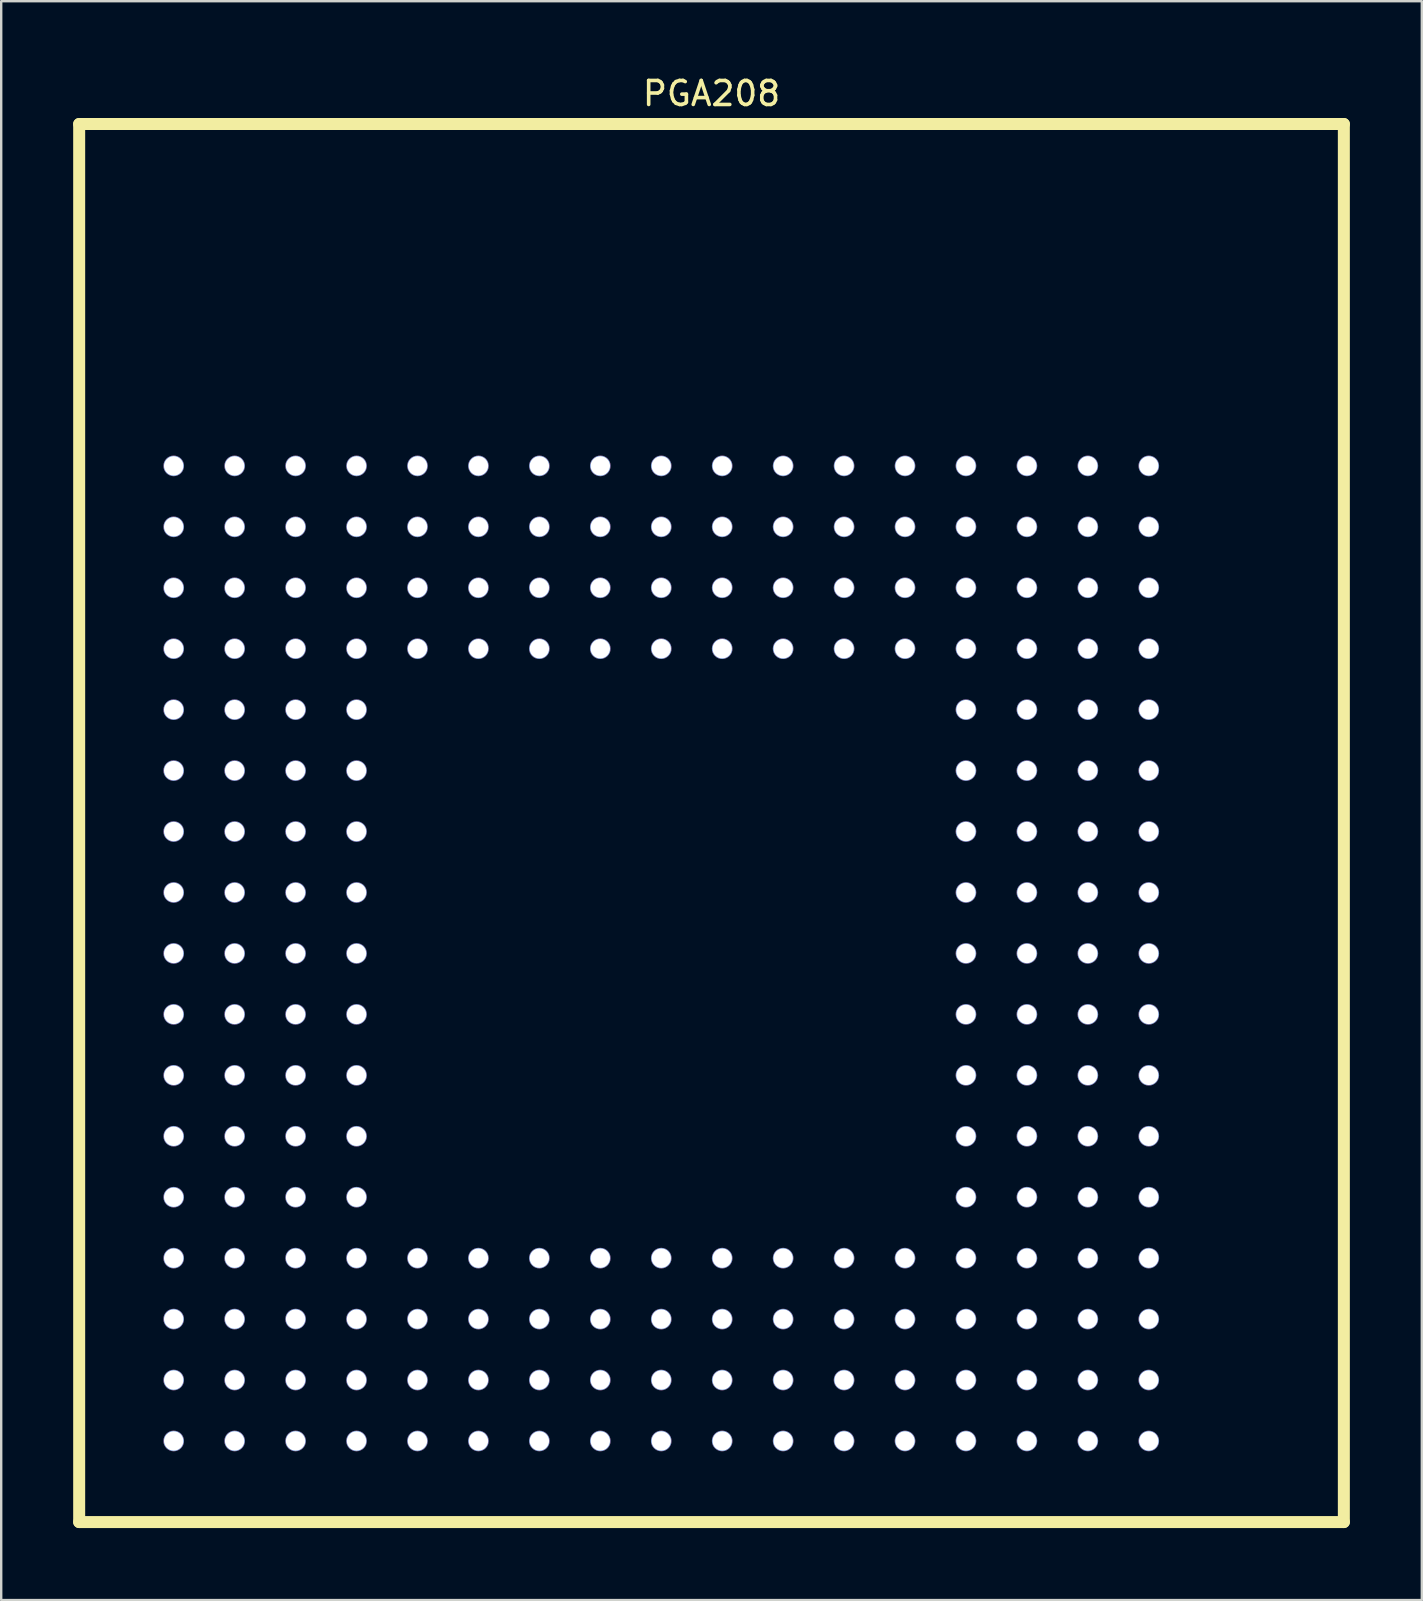
<source format=kicad_pcb>
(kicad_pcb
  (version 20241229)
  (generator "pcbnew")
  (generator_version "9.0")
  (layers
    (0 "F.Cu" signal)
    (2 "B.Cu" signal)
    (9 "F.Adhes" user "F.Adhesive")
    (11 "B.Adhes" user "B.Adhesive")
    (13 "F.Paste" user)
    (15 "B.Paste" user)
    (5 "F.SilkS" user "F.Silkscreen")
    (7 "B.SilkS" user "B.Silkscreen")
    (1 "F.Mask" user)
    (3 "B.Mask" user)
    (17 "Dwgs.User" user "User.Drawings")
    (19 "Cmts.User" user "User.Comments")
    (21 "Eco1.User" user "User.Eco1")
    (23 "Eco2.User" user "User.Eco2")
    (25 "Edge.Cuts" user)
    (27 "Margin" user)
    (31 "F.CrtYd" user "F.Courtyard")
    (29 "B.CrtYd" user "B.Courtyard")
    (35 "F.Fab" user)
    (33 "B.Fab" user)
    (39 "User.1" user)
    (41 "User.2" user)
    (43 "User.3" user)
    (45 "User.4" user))
  (footprint "PGA208"
    (layer "F.Cu")
    (at 0.25 60.388)
    (property "Reference" "PGA208" (at 26.355 -59.54 0) (layer "F.SilkS") (effects (font (size 1 1) (thickness 0.15))))
    (attr through_hole)
    (fp_line (start 0 -58.27) (end 0 0) (stroke (width 0.5) (type solid)) (layer "F.SilkS"))
    (fp_line (start 0 0) (end 52.71 0) (stroke (width 0.5) (type solid)) (layer "F.SilkS"))
    (fp_line (start 52.71 -58.27) (end 0 -58.27) (stroke (width 0.5) (type solid)) (layer "F.SilkS"))
    (fp_line (start 52.71 0) (end 52.71 -58.27) (stroke (width 0.5) (type solid)) (layer "F.SilkS"))
    (pad "A1" thru_hole circle (at 3.94 -3.38) (size 0.86 0.86) (drill 0.81) (layers "*.Cu" "*.Mask"))
    (pad "A2" thru_hole circle (at 6.48 -3.38) (size 0.86 0.86) (drill 0.81) (layers "*.Cu" "*.Mask"))
    (pad "A3" thru_hole circle (at 9.02 -3.38) (size 0.86 0.86) (drill 0.81) (layers "*.Cu" "*.Mask"))
    (pad "A4" thru_hole circle (at 11.56 -3.38) (size 0.86 0.86) (drill 0.81) (layers "*.Cu" "*.Mask"))
    (pad "A5" thru_hole circle (at 14.1 -3.38) (size 0.86 0.86) (drill 0.81) (layers "*.Cu" "*.Mask"))
    (pad "A6" thru_hole circle (at 16.64 -3.38) (size 0.86 0.86) (drill 0.81) (layers "*.Cu" "*.Mask"))
    (pad "A7" thru_hole circle (at 19.18 -3.38) (size 0.86 0.86) (drill 0.81) (layers "*.Cu" "*.Mask"))
    (pad "A8" thru_hole circle (at 21.72 -3.38) (size 0.86 0.86) (drill 0.81) (layers "*.Cu" "*.Mask"))
    (pad "A9" thru_hole circle (at 24.26 -3.38) (size 0.86 0.86) (drill 0.81) (layers "*.Cu" "*.Mask"))
    (pad "A10" thru_hole circle (at 26.8 -3.38) (size 0.86 0.86) (drill 0.81) (layers "*.Cu" "*.Mask"))
    (pad "A11" thru_hole circle (at 29.34 -3.38) (size 0.86 0.86) (drill 0.81) (layers "*.Cu" "*.Mask"))
    (pad "A12" thru_hole circle (at 31.88 -3.38) (size 0.86 0.86) (drill 0.81) (layers "*.Cu" "*.Mask"))
    (pad "A13" thru_hole circle (at 34.42 -3.38) (size 0.86 0.86) (drill 0.81) (layers "*.Cu" "*.Mask"))
    (pad "A14" thru_hole circle (at 36.96 -3.38) (size 0.86 0.86) (drill 0.81) (layers "*.Cu" "*.Mask"))
    (pad "A15" thru_hole circle (at 39.5 -3.38) (size 0.86 0.86) (drill 0.81) (layers "*.Cu" "*.Mask"))
    (pad "A16" thru_hole circle (at 42.04 -3.38) (size 0.86 0.86) (drill 0.81) (layers "*.Cu" "*.Mask"))
    (pad "A17" thru_hole circle (at 44.58 -3.38) (size 0.86 0.86) (drill 0.81) (layers "*.Cu" "*.Mask"))
    (pad "B1" thru_hole circle (at 3.94 -5.92) (size 0.86 0.86) (drill 0.81) (layers "*.Cu" "*.Mask"))
    (pad "B2" thru_hole circle (at 6.48 -5.92) (size 0.86 0.86) (drill 0.81) (layers "*.Cu" "*.Mask"))
    (pad "B3" thru_hole circle (at 9.02 -5.92) (size 0.86 0.86) (drill 0.81) (layers "*.Cu" "*.Mask"))
    (pad "B4" thru_hole circle (at 11.56 -5.92) (size 0.86 0.86) (drill 0.81) (layers "*.Cu" "*.Mask"))
    (pad "B5" thru_hole circle (at 14.1 -5.92) (size 0.86 0.86) (drill 0.81) (layers "*.Cu" "*.Mask"))
    (pad "B6" thru_hole circle (at 16.64 -5.92) (size 0.86 0.86) (drill 0.81) (layers "*.Cu" "*.Mask"))
    (pad "B7" thru_hole circle (at 19.18 -5.92) (size 0.86 0.86) (drill 0.81) (layers "*.Cu" "*.Mask"))
    (pad "B8" thru_hole circle (at 21.72 -5.92) (size 0.86 0.86) (drill 0.81) (layers "*.Cu" "*.Mask"))
    (pad "B9" thru_hole circle (at 24.26 -5.92) (size 0.86 0.86) (drill 0.81) (layers "*.Cu" "*.Mask"))
    (pad "B10" thru_hole circle (at 26.8 -5.92) (size 0.86 0.86) (drill 0.81) (layers "*.Cu" "*.Mask"))
    (pad "B11" thru_hole circle (at 29.34 -5.92) (size 0.86 0.86) (drill 0.81) (layers "*.Cu" "*.Mask"))
    (pad "B12" thru_hole circle (at 31.88 -5.92) (size 0.86 0.86) (drill 0.81) (layers "*.Cu" "*.Mask"))
    (pad "B13" thru_hole circle (at 34.42 -5.92) (size 0.86 0.86) (drill 0.81) (layers "*.Cu" "*.Mask"))
    (pad "B14" thru_hole circle (at 36.96 -5.92) (size 0.86 0.86) (drill 0.81) (layers "*.Cu" "*.Mask"))
    (pad "B15" thru_hole circle (at 39.5 -5.92) (size 0.86 0.86) (drill 0.81) (layers "*.Cu" "*.Mask"))
    (pad "B16" thru_hole circle (at 42.04 -5.92) (size 0.86 0.86) (drill 0.81) (layers "*.Cu" "*.Mask"))
    (pad "B17" thru_hole circle (at 44.58 -5.92) (size 0.86 0.86) (drill 0.81) (layers "*.Cu" "*.Mask"))
    (pad "C1" thru_hole circle (at 3.94 -8.46) (size 0.86 0.86) (drill 0.81) (layers "*.Cu" "*.Mask"))
    (pad "C2" thru_hole circle (at 6.48 -8.46) (size 0.86 0.86) (drill 0.81) (layers "*.Cu" "*.Mask"))
    (pad "C3" thru_hole circle (at 9.02 -8.46) (size 0.86 0.86) (drill 0.81) (layers "*.Cu" "*.Mask"))
    (pad "C4" thru_hole circle (at 11.56 -8.46) (size 0.86 0.86) (drill 0.81) (layers "*.Cu" "*.Mask"))
    (pad "C5" thru_hole circle (at 14.1 -8.46) (size 0.86 0.86) (drill 0.81) (layers "*.Cu" "*.Mask"))
    (pad "C6" thru_hole circle (at 16.64 -8.46) (size 0.86 0.86) (drill 0.81) (layers "*.Cu" "*.Mask"))
    (pad "C7" thru_hole circle (at 19.18 -8.46) (size 0.86 0.86) (drill 0.81) (layers "*.Cu" "*.Mask"))
    (pad "C8" thru_hole circle (at 21.72 -8.46) (size 0.86 0.86) (drill 0.81) (layers "*.Cu" "*.Mask"))
    (pad "C9" thru_hole circle (at 24.26 -8.46) (size 0.86 0.86) (drill 0.81) (layers "*.Cu" "*.Mask"))
    (pad "C10" thru_hole circle (at 26.8 -8.46) (size 0.86 0.86) (drill 0.81) (layers "*.Cu" "*.Mask"))
    (pad "C11" thru_hole circle (at 29.34 -8.46) (size 0.86 0.86) (drill 0.81) (layers "*.Cu" "*.Mask"))
    (pad "C12" thru_hole circle (at 31.88 -8.46) (size 0.86 0.86) (drill 0.81) (layers "*.Cu" "*.Mask"))
    (pad "C13" thru_hole circle (at 34.42 -8.46) (size 0.86 0.86) (drill 0.81) (layers "*.Cu" "*.Mask"))
    (pad "C14" thru_hole circle (at 36.96 -8.46) (size 0.86 0.86) (drill 0.81) (layers "*.Cu" "*.Mask"))
    (pad "C15" thru_hole circle (at 39.5 -8.46) (size 0.86 0.86) (drill 0.81) (layers "*.Cu" "*.Mask"))
    (pad "C16" thru_hole circle (at 42.04 -8.46) (size 0.86 0.86) (drill 0.81) (layers "*.Cu" "*.Mask"))
    (pad "C17" thru_hole circle (at 44.58 -8.46) (size 0.86 0.86) (drill 0.81) (layers "*.Cu" "*.Mask"))
    (pad "D1" thru_hole circle (at 3.94 -11) (size 0.86 0.86) (drill 0.81) (layers "*.Cu" "*.Mask"))
    (pad "D2" thru_hole circle (at 6.48 -11) (size 0.86 0.86) (drill 0.81) (layers "*.Cu" "*.Mask"))
    (pad "D3" thru_hole circle (at 9.02 -11) (size 0.86 0.86) (drill 0.81) (layers "*.Cu" "*.Mask"))
    (pad "D4" thru_hole circle (at 11.56 -11) (size 0.86 0.86) (drill 0.81) (layers "*.Cu" "*.Mask"))
    (pad "D5" thru_hole circle (at 14.1 -11) (size 0.86 0.86) (drill 0.81) (layers "*.Cu" "*.Mask"))
    (pad "D6" thru_hole circle (at 16.64 -11) (size 0.86 0.86) (drill 0.81) (layers "*.Cu" "*.Mask"))
    (pad "D7" thru_hole circle (at 19.18 -11) (size 0.86 0.86) (drill 0.81) (layers "*.Cu" "*.Mask"))
    (pad "D8" thru_hole circle (at 21.72 -11) (size 0.86 0.86) (drill 0.81) (layers "*.Cu" "*.Mask"))
    (pad "D9" thru_hole circle (at 24.26 -11) (size 0.86 0.86) (drill 0.81) (layers "*.Cu" "*.Mask"))
    (pad "D10" thru_hole circle (at 26.8 -11) (size 0.86 0.86) (drill 0.81) (layers "*.Cu" "*.Mask"))
    (pad "D11" thru_hole circle (at 29.34 -11) (size 0.86 0.86) (drill 0.81) (layers "*.Cu" "*.Mask"))
    (pad "D12" thru_hole circle (at 31.88 -11) (size 0.86 0.86) (drill 0.81) (layers "*.Cu" "*.Mask"))
    (pad "D13" thru_hole circle (at 34.42 -11) (size 0.86 0.86) (drill 0.81) (layers "*.Cu" "*.Mask"))
    (pad "D14" thru_hole circle (at 36.96 -11) (size 0.86 0.86) (drill 0.81) (layers "*.Cu" "*.Mask"))
    (pad "D15" thru_hole circle (at 39.5 -11) (size 0.86 0.86) (drill 0.81) (layers "*.Cu" "*.Mask"))
    (pad "D16" thru_hole circle (at 42.04 -11) (size 0.86 0.86) (drill 0.81) (layers "*.Cu" "*.Mask"))
    (pad "D17" thru_hole circle (at 44.58 -11) (size 0.86 0.86) (drill 0.81) (layers "*.Cu" "*.Mask"))
    (pad "E1" thru_hole circle (at 3.94 -13.54) (size 0.86 0.86) (drill 0.81) (layers "*.Cu" "*.Mask"))
    (pad "E2" thru_hole circle (at 6.48 -13.54) (size 0.86 0.86) (drill 0.81) (layers "*.Cu" "*.Mask"))
    (pad "E3" thru_hole circle (at 9.02 -13.54) (size 0.86 0.86) (drill 0.81) (layers "*.Cu" "*.Mask"))
    (pad "E4" thru_hole circle (at 11.56 -13.54) (size 0.86 0.86) (drill 0.81) (layers "*.Cu" "*.Mask"))
    (pad "E14" thru_hole circle (at 36.96 -13.54) (size 0.86 0.86) (drill 0.81) (layers "*.Cu" "*.Mask"))
    (pad "E15" thru_hole circle (at 39.5 -13.54) (size 0.86 0.86) (drill 0.81) (layers "*.Cu" "*.Mask"))
    (pad "E16" thru_hole circle (at 42.04 -13.54) (size 0.86 0.86) (drill 0.81) (layers "*.Cu" "*.Mask"))
    (pad "E17" thru_hole circle (at 44.58 -13.54) (size 0.86 0.86) (drill 0.81) (layers "*.Cu" "*.Mask"))
    (pad "F1" thru_hole circle (at 3.94 -16.08) (size 0.86 0.86) (drill 0.81) (layers "*.Cu" "*.Mask"))
    (pad "F2" thru_hole circle (at 6.48 -16.08) (size 0.86 0.86) (drill 0.81) (layers "*.Cu" "*.Mask"))
    (pad "F3" thru_hole circle (at 9.02 -16.08) (size 0.86 0.86) (drill 0.81) (layers "*.Cu" "*.Mask"))
    (pad "F4" thru_hole circle (at 11.56 -16.08) (size 0.86 0.86) (drill 0.81) (layers "*.Cu" "*.Mask"))
    (pad "F14" thru_hole circle (at 36.96 -16.08) (size 0.86 0.86) (drill 0.81) (layers "*.Cu" "*.Mask"))
    (pad "F15" thru_hole circle (at 39.5 -16.08) (size 0.86 0.86) (drill 0.81) (layers "*.Cu" "*.Mask"))
    (pad "F16" thru_hole circle (at 42.04 -16.08) (size 0.86 0.86) (drill 0.81) (layers "*.Cu" "*.Mask"))
    (pad "F17" thru_hole circle (at 44.58 -16.08) (size 0.86 0.86) (drill 0.81) (layers "*.Cu" "*.Mask"))
    (pad "G1" thru_hole circle (at 3.94 -18.62) (size 0.86 0.86) (drill 0.81) (layers "*.Cu" "*.Mask"))
    (pad "G2" thru_hole circle (at 6.48 -18.62) (size 0.86 0.86) (drill 0.81) (layers "*.Cu" "*.Mask"))
    (pad "G3" thru_hole circle (at 9.02 -18.62) (size 0.86 0.86) (drill 0.81) (layers "*.Cu" "*.Mask"))
    (pad "G4" thru_hole circle (at 11.56 -18.62) (size 0.86 0.86) (drill 0.81) (layers "*.Cu" "*.Mask"))
    (pad "G14" thru_hole circle (at 36.96 -18.62) (size 0.86 0.86) (drill 0.81) (layers "*.Cu" "*.Mask"))
    (pad "G15" thru_hole circle (at 39.5 -18.62) (size 0.86 0.86) (drill 0.81) (layers "*.Cu" "*.Mask"))
    (pad "G16" thru_hole circle (at 42.04 -18.62) (size 0.86 0.86) (drill 0.81) (layers "*.Cu" "*.Mask"))
    (pad "G17" thru_hole circle (at 44.58 -18.62) (size 0.86 0.86) (drill 0.81) (layers "*.Cu" "*.Mask"))
    (pad "H1" thru_hole circle (at 3.94 -21.16) (size 0.86 0.86) (drill 0.81) (layers "*.Cu" "*.Mask"))
    (pad "H2" thru_hole circle (at 6.48 -21.16) (size 0.86 0.86) (drill 0.81) (layers "*.Cu" "*.Mask"))
    (pad "H3" thru_hole circle (at 9.02 -21.16) (size 0.86 0.86) (drill 0.81) (layers "*.Cu" "*.Mask"))
    (pad "H4" thru_hole circle (at 11.56 -21.16) (size 0.86 0.86) (drill 0.81) (layers "*.Cu" "*.Mask"))
    (pad "H14" thru_hole circle (at 36.96 -21.16) (size 0.86 0.86) (drill 0.81) (layers "*.Cu" "*.Mask"))
    (pad "H15" thru_hole circle (at 39.5 -21.16) (size 0.86 0.86) (drill 0.81) (layers "*.Cu" "*.Mask"))
    (pad "H16" thru_hole circle (at 42.04 -21.16) (size 0.86 0.86) (drill 0.81) (layers "*.Cu" "*.Mask"))
    (pad "H17" thru_hole circle (at 44.58 -21.16) (size 0.86 0.86) (drill 0.81) (layers "*.Cu" "*.Mask"))
    (pad "J1" thru_hole circle (at 3.94 -23.7) (size 0.86 0.86) (drill 0.81) (layers "*.Cu" "*.Mask"))
    (pad "J2" thru_hole circle (at 6.48 -23.7) (size 0.86 0.86) (drill 0.81) (layers "*.Cu" "*.Mask"))
    (pad "J3" thru_hole circle (at 9.02 -23.7) (size 0.86 0.86) (drill 0.81) (layers "*.Cu" "*.Mask"))
    (pad "J4" thru_hole circle (at 11.56 -23.7) (size 0.86 0.86) (drill 0.81) (layers "*.Cu" "*.Mask"))
    (pad "J14" thru_hole circle (at 36.96 -23.7) (size 0.86 0.86) (drill 0.81) (layers "*.Cu" "*.Mask"))
    (pad "J15" thru_hole circle (at 39.5 -23.7) (size 0.86 0.86) (drill 0.81) (layers "*.Cu" "*.Mask"))
    (pad "J16" thru_hole circle (at 42.04 -23.7) (size 0.86 0.86) (drill 0.81) (layers "*.Cu" "*.Mask"))
    (pad "J17" thru_hole circle (at 44.58 -23.7) (size 0.86 0.86) (drill 0.81) (layers "*.Cu" "*.Mask"))
    (pad "K1" thru_hole circle (at 3.94 -26.24) (size 0.86 0.86) (drill 0.81) (layers "*.Cu" "*.Mask"))
    (pad "K2" thru_hole circle (at 6.48 -26.24) (size 0.86 0.86) (drill 0.81) (layers "*.Cu" "*.Mask"))
    (pad "K3" thru_hole circle (at 9.02 -26.24) (size 0.86 0.86) (drill 0.81) (layers "*.Cu" "*.Mask"))
    (pad "K4" thru_hole circle (at 11.56 -26.24) (size 0.86 0.86) (drill 0.81) (layers "*.Cu" "*.Mask"))
    (pad "K14" thru_hole circle (at 36.96 -26.24) (size 0.86 0.86) (drill 0.81) (layers "*.Cu" "*.Mask"))
    (pad "K15" thru_hole circle (at 39.5 -26.24) (size 0.86 0.86) (drill 0.81) (layers "*.Cu" "*.Mask"))
    (pad "K16" thru_hole circle (at 42.04 -26.24) (size 0.86 0.86) (drill 0.81) (layers "*.Cu" "*.Mask"))
    (pad "K17" thru_hole circle (at 44.58 -26.24) (size 0.86 0.86) (drill 0.81) (layers "*.Cu" "*.Mask"))
    (pad "L1" thru_hole circle (at 3.94 -28.78) (size 0.86 0.86) (drill 0.81) (layers "*.Cu" "*.Mask"))
    (pad "L2" thru_hole circle (at 6.48 -28.78) (size 0.86 0.86) (drill 0.81) (layers "*.Cu" "*.Mask"))
    (pad "L3" thru_hole circle (at 9.02 -28.78) (size 0.86 0.86) (drill 0.81) (layers "*.Cu" "*.Mask"))
    (pad "L4" thru_hole circle (at 11.56 -28.78) (size 0.86 0.86) (drill 0.81) (layers "*.Cu" "*.Mask"))
    (pad "L14" thru_hole circle (at 36.96 -28.78) (size 0.86 0.86) (drill 0.81) (layers "*.Cu" "*.Mask"))
    (pad "L15" thru_hole circle (at 39.5 -28.78) (size 0.86 0.86) (drill 0.81) (layers "*.Cu" "*.Mask"))
    (pad "L16" thru_hole circle (at 42.04 -28.78) (size 0.86 0.86) (drill 0.81) (layers "*.Cu" "*.Mask"))
    (pad "L17" thru_hole circle (at 44.58 -28.78) (size 0.86 0.86) (drill 0.81) (layers "*.Cu" "*.Mask"))
    (pad "M1" thru_hole circle (at 3.94 -31.32) (size 0.86 0.86) (drill 0.81) (layers "*.Cu" "*.Mask"))
    (pad "M2" thru_hole circle (at 6.48 -31.32) (size 0.86 0.86) (drill 0.81) (layers "*.Cu" "*.Mask"))
    (pad "M3" thru_hole circle (at 9.02 -31.32) (size 0.86 0.86) (drill 0.81) (layers "*.Cu" "*.Mask"))
    (pad "M4" thru_hole circle (at 11.56 -31.32) (size 0.86 0.86) (drill 0.81) (layers "*.Cu" "*.Mask"))
    (pad "M14" thru_hole circle (at 36.96 -31.32) (size 0.86 0.86) (drill 0.81) (layers "*.Cu" "*.Mask"))
    (pad "M15" thru_hole circle (at 39.5 -31.32) (size 0.86 0.86) (drill 0.81) (layers "*.Cu" "*.Mask"))
    (pad "M16" thru_hole circle (at 42.04 -31.32) (size 0.86 0.86) (drill 0.81) (layers "*.Cu" "*.Mask"))
    (pad "M17" thru_hole circle (at 44.58 -31.32) (size 0.86 0.86) (drill 0.81) (layers "*.Cu" "*.Mask"))
    (pad "N1" thru_hole circle (at 3.94 -33.86) (size 0.86 0.86) (drill 0.81) (layers "*.Cu" "*.Mask"))
    (pad "N2" thru_hole circle (at 6.48 -33.86) (size 0.86 0.86) (drill 0.81) (layers "*.Cu" "*.Mask"))
    (pad "N3" thru_hole circle (at 9.02 -33.86) (size 0.86 0.86) (drill 0.81) (layers "*.Cu" "*.Mask"))
    (pad "N4" thru_hole circle (at 11.56 -33.86) (size 0.86 0.86) (drill 0.81) (layers "*.Cu" "*.Mask"))
    (pad "N14" thru_hole circle (at 36.96 -33.86) (size 0.86 0.86) (drill 0.81) (layers "*.Cu" "*.Mask"))
    (pad "N15" thru_hole circle (at 39.5 -33.86) (size 0.86 0.86) (drill 0.81) (layers "*.Cu" "*.Mask"))
    (pad "N16" thru_hole circle (at 42.04 -33.86) (size 0.86 0.86) (drill 0.81) (layers "*.Cu" "*.Mask"))
    (pad "N17" thru_hole circle (at 44.58 -33.86) (size 0.86 0.86) (drill 0.81) (layers "*.Cu" "*.Mask"))
    (pad "P1" thru_hole circle (at 3.94 -36.4) (size 0.86 0.86) (drill 0.81) (layers "*.Cu" "*.Mask"))
    (pad "P2" thru_hole circle (at 6.48 -36.4) (size 0.86 0.86) (drill 0.81) (layers "*.Cu" "*.Mask"))
    (pad "P3" thru_hole circle (at 9.02 -36.4) (size 0.86 0.86) (drill 0.81) (layers "*.Cu" "*.Mask"))
    (pad "P4" thru_hole circle (at 11.56 -36.4) (size 0.86 0.86) (drill 0.81) (layers "*.Cu" "*.Mask"))
    (pad "P5" thru_hole circle (at 14.1 -36.4) (size 0.86 0.86) (drill 0.81) (layers "*.Cu" "*.Mask"))
    (pad "P6" thru_hole circle (at 16.64 -36.4) (size 0.86 0.86) (drill 0.81) (layers "*.Cu" "*.Mask"))
    (pad "P7" thru_hole circle (at 19.18 -36.4) (size 0.86 0.86) (drill 0.81) (layers "*.Cu" "*.Mask"))
    (pad "P8" thru_hole circle (at 21.72 -36.4) (size 0.86 0.86) (drill 0.81) (layers "*.Cu" "*.Mask"))
    (pad "P9" thru_hole circle (at 24.26 -36.4) (size 0.86 0.86) (drill 0.81) (layers "*.Cu" "*.Mask"))
    (pad "P10" thru_hole circle (at 26.8 -36.4) (size 0.86 0.86) (drill 0.81) (layers "*.Cu" "*.Mask"))
    (pad "P11" thru_hole circle (at 29.34 -36.4) (size 0.86 0.86) (drill 0.81) (layers "*.Cu" "*.Mask"))
    (pad "P12" thru_hole circle (at 31.88 -36.4) (size 0.86 0.86) (drill 0.81) (layers "*.Cu" "*.Mask"))
    (pad "P13" thru_hole circle (at 34.42 -36.4) (size 0.86 0.86) (drill 0.81) (layers "*.Cu" "*.Mask"))
    (pad "P14" thru_hole circle (at 36.96 -36.4) (size 0.86 0.86) (drill 0.81) (layers "*.Cu" "*.Mask"))
    (pad "P15" thru_hole circle (at 39.5 -36.4) (size 0.86 0.86) (drill 0.81) (layers "*.Cu" "*.Mask"))
    (pad "P16" thru_hole circle (at 42.04 -36.4) (size 0.86 0.86) (drill 0.81) (layers "*.Cu" "*.Mask"))
    (pad "P17" thru_hole circle (at 44.58 -36.4) (size 0.86 0.86) (drill 0.81) (layers "*.Cu" "*.Mask"))
    (pad "R1" thru_hole circle (at 3.94 -38.94) (size 0.86 0.86) (drill 0.81) (layers "*.Cu" "*.Mask"))
    (pad "R2" thru_hole circle (at 6.48 -38.94) (size 0.86 0.86) (drill 0.81) (layers "*.Cu" "*.Mask"))
    (pad "R3" thru_hole circle (at 9.02 -38.94) (size 0.86 0.86) (drill 0.81) (layers "*.Cu" "*.Mask"))
    (pad "R4" thru_hole circle (at 11.56 -38.94) (size 0.86 0.86) (drill 0.81) (layers "*.Cu" "*.Mask"))
    (pad "R5" thru_hole circle (at 14.1 -38.94) (size 0.86 0.86) (drill 0.81) (layers "*.Cu" "*.Mask"))
    (pad "R6" thru_hole circle (at 16.64 -38.94) (size 0.86 0.86) (drill 0.81) (layers "*.Cu" "*.Mask"))
    (pad "R7" thru_hole circle (at 19.18 -38.94) (size 0.86 0.86) (drill 0.81) (layers "*.Cu" "*.Mask"))
    (pad "R8" thru_hole circle (at 21.72 -38.94) (size 0.86 0.86) (drill 0.81) (layers "*.Cu" "*.Mask"))
    (pad "R9" thru_hole circle (at 24.26 -38.94) (size 0.86 0.86) (drill 0.81) (layers "*.Cu" "*.Mask"))
    (pad "R10" thru_hole circle (at 26.8 -38.94) (size 0.86 0.86) (drill 0.81) (layers "*.Cu" "*.Mask"))
    (pad "R11" thru_hole circle (at 29.34 -38.94) (size 0.86 0.86) (drill 0.81) (layers "*.Cu" "*.Mask"))
    (pad "R12" thru_hole circle (at 31.88 -38.94) (size 0.86 0.86) (drill 0.81) (layers "*.Cu" "*.Mask"))
    (pad "R13" thru_hole circle (at 34.42 -38.94) (size 0.86 0.86) (drill 0.81) (layers "*.Cu" "*.Mask"))
    (pad "R14" thru_hole circle (at 36.96 -38.94) (size 0.86 0.86) (drill 0.81) (layers "*.Cu" "*.Mask"))
    (pad "R15" thru_hole circle (at 39.5 -38.94) (size 0.86 0.86) (drill 0.81) (layers "*.Cu" "*.Mask"))
    (pad "R16" thru_hole circle (at 42.04 -38.94) (size 0.86 0.86) (drill 0.81) (layers "*.Cu" "*.Mask"))
    (pad "R17" thru_hole circle (at 44.58 -38.94) (size 0.86 0.86) (drill 0.81) (layers "*.Cu" "*.Mask"))
    (pad "T1" thru_hole circle (at 3.94 -41.48) (size 0.86 0.86) (drill 0.81) (layers "*.Cu" "*.Mask"))
    (pad "T2" thru_hole circle (at 6.48 -41.48) (size 0.86 0.86) (drill 0.81) (layers "*.Cu" "*.Mask"))
    (pad "T3" thru_hole circle (at 9.02 -41.48) (size 0.86 0.86) (drill 0.81) (layers "*.Cu" "*.Mask"))
    (pad "T4" thru_hole circle (at 11.56 -41.48) (size 0.86 0.86) (drill 0.81) (layers "*.Cu" "*.Mask"))
    (pad "T5" thru_hole circle (at 14.1 -41.48) (size 0.86 0.86) (drill 0.81) (layers "*.Cu" "*.Mask"))
    (pad "T6" thru_hole circle (at 16.64 -41.48) (size 0.86 0.86) (drill 0.81) (layers "*.Cu" "*.Mask"))
    (pad "T7" thru_hole circle (at 19.18 -41.48) (size 0.86 0.86) (drill 0.81) (layers "*.Cu" "*.Mask"))
    (pad "T8" thru_hole circle (at 21.72 -41.48) (size 0.86 0.86) (drill 0.81) (layers "*.Cu" "*.Mask"))
    (pad "T9" thru_hole circle (at 24.26 -41.48) (size 0.86 0.86) (drill 0.81) (layers "*.Cu" "*.Mask"))
    (pad "T10" thru_hole circle (at 26.8 -41.48) (size 0.86 0.86) (drill 0.81) (layers "*.Cu" "*.Mask"))
    (pad "T11" thru_hole circle (at 29.34 -41.48) (size 0.86 0.86) (drill 0.81) (layers "*.Cu" "*.Mask"))
    (pad "T12" thru_hole circle (at 31.88 -41.48) (size 0.86 0.86) (drill 0.81) (layers "*.Cu" "*.Mask"))
    (pad "T13" thru_hole circle (at 34.42 -41.48) (size 0.86 0.86) (drill 0.81) (layers "*.Cu" "*.Mask"))
    (pad "T14" thru_hole circle (at 36.96 -41.48) (size 0.86 0.86) (drill 0.81) (layers "*.Cu" "*.Mask"))
    (pad "T15" thru_hole circle (at 39.5 -41.48) (size 0.86 0.86) (drill 0.81) (layers "*.Cu" "*.Mask"))
    (pad "T16" thru_hole circle (at 42.04 -41.48) (size 0.86 0.86) (drill 0.81) (layers "*.Cu" "*.Mask"))
    (pad "T17" thru_hole circle (at 44.58 -41.48) (size 0.86 0.86) (drill 0.81) (layers "*.Cu" "*.Mask"))
    (pad "U1" thru_hole circle (at 3.94 -44.02) (size 0.86 0.86) (drill 0.81) (layers "*.Cu" "*.Mask"))
    (pad "U2" thru_hole circle (at 6.48 -44.02) (size 0.86 0.86) (drill 0.81) (layers "*.Cu" "*.Mask"))
    (pad "U3" thru_hole circle (at 9.02 -44.02) (size 0.86 0.86) (drill 0.81) (layers "*.Cu" "*.Mask"))
    (pad "U4" thru_hole circle (at 11.56 -44.02) (size 0.86 0.86) (drill 0.81) (layers "*.Cu" "*.Mask"))
    (pad "U5" thru_hole circle (at 14.1 -44.02) (size 0.86 0.86) (drill 0.81) (layers "*.Cu" "*.Mask"))
    (pad "U6" thru_hole circle (at 16.64 -44.02) (size 0.86 0.86) (drill 0.81) (layers "*.Cu" "*.Mask"))
    (pad "U7" thru_hole circle (at 19.18 -44.02) (size 0.86 0.86) (drill 0.81) (layers "*.Cu" "*.Mask"))
    (pad "U8" thru_hole circle (at 21.72 -44.02) (size 0.86 0.86) (drill 0.81) (layers "*.Cu" "*.Mask"))
    (pad "U9" thru_hole circle (at 24.26 -44.02) (size 0.86 0.86) (drill 0.81) (layers "*.Cu" "*.Mask"))
    (pad "U10" thru_hole circle (at 26.8 -44.02) (size 0.86 0.86) (drill 0.81) (layers "*.Cu" "*.Mask"))
    (pad "U11" thru_hole circle (at 29.34 -44.02) (size 0.86 0.86) (drill 0.81) (layers "*.Cu" "*.Mask"))
    (pad "U12" thru_hole circle (at 31.88 -44.02) (size 0.86 0.86) (drill 0.81) (layers "*.Cu" "*.Mask"))
    (pad "U13" thru_hole circle (at 34.42 -44.02) (size 0.86 0.86) (drill 0.81) (layers "*.Cu" "*.Mask"))
    (pad "U14" thru_hole circle (at 36.96 -44.02) (size 0.86 0.86) (drill 0.81) (layers "*.Cu" "*.Mask"))
    (pad "U15" thru_hole circle (at 39.5 -44.02) (size 0.86 0.86) (drill 0.81) (layers "*.Cu" "*.Mask"))
    (pad "U16" thru_hole circle (at 42.04 -44.02) (size 0.86 0.86) (drill 0.81) (layers "*.Cu" "*.Mask"))
    (pad "U17" thru_hole circle (at 44.58 -44.02) (size 0.86 0.86) (drill 0.81) (layers "*.Cu" "*.Mask")))
  (gr_rect
    (start -3 -3)
    (end 56.21 63.638)
    (stroke (width 0.1) (type default))
    (fill no)
    (layer "Edge.Cuts")))
</source>
